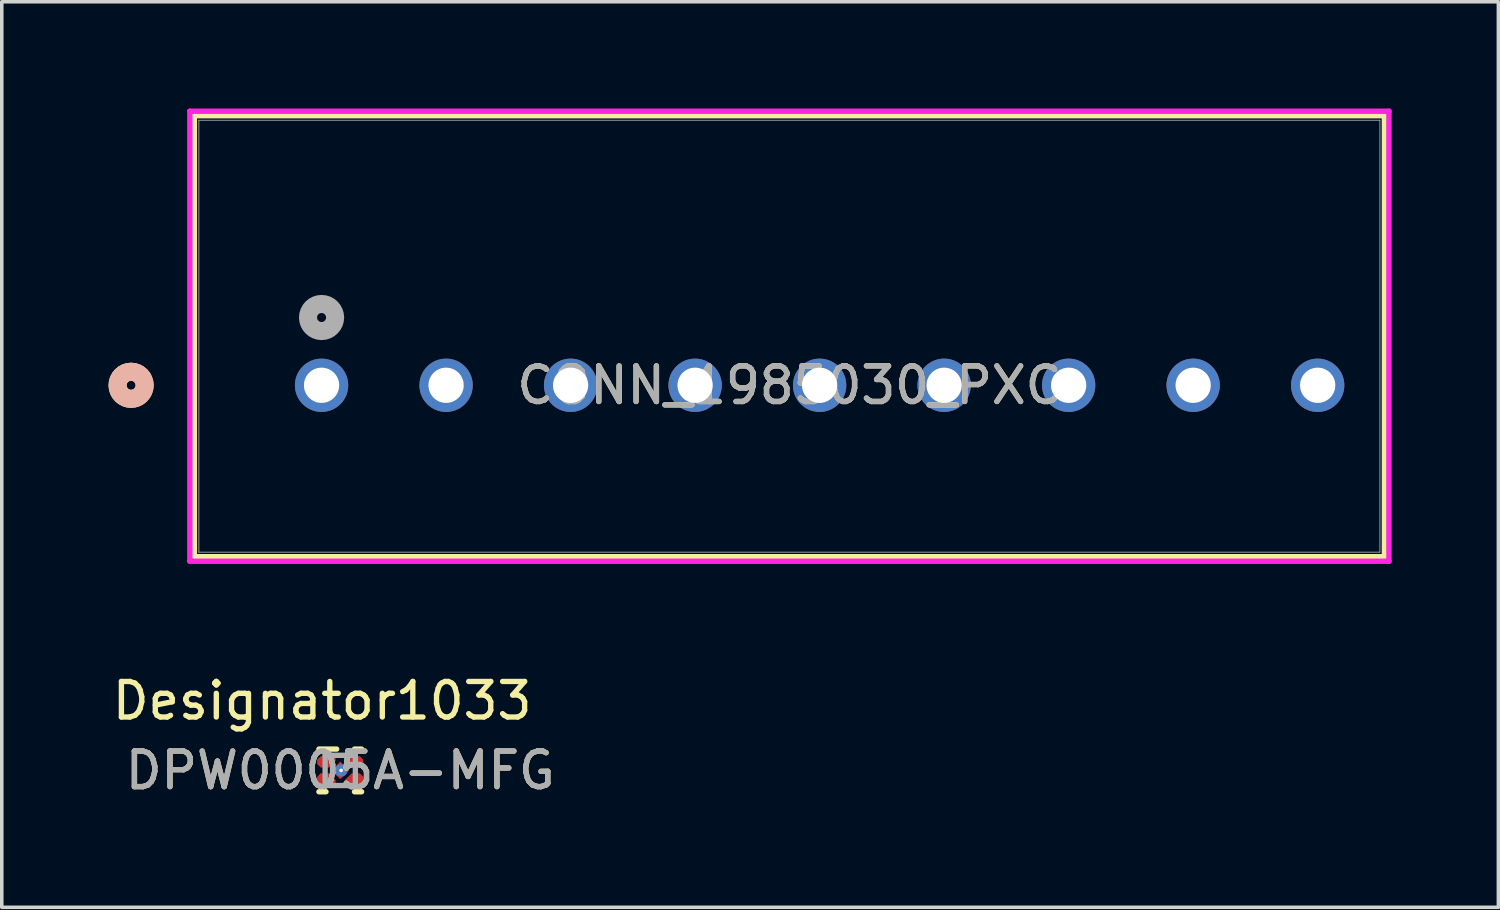
<source format=kicad_pcb>
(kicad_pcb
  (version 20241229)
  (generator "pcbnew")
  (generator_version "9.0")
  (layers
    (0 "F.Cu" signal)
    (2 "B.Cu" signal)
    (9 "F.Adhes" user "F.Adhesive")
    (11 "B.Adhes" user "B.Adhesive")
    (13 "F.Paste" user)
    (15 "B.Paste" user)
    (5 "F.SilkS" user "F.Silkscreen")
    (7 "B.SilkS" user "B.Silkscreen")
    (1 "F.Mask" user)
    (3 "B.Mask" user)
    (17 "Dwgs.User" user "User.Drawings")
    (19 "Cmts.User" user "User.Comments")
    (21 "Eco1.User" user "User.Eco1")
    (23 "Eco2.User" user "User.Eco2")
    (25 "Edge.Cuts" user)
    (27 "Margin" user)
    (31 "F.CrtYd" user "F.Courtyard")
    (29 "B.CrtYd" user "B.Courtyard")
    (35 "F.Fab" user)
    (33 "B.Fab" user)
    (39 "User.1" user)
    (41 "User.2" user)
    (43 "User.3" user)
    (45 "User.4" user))
  (footprint "DPW0005A-MFG"
    (layer "F.Cu")
    (at 6.514 18.606)
    (property "Reference" "DPW0005A-MFG" (at 0 0 0) (unlocked yes) (layer "F.SilkS") (effects (font (size 1 1) (thickness 0.15))))
    (attr smd)
    (fp_poly (pts (xy -0.65 -0.3) (xy -0.55 -0.4) (xy -0.13 -0.4) (xy -0.13 -0.27) (xy -0.32 -0.08) (xy -0.55 -0.08) (xy -0.65 -0.18)) (stroke (width 0) (type solid)) (fill yes) (layer "F.Cu"))
    (fp_poly (pts (xy -0.65 0.3) (xy -0.55 0.4) (xy -0.13 0.4) (xy -0.13 0.27) (xy -0.32 0.08) (xy -0.55 0.08) (xy -0.65 0.18)) (stroke (width 0) (type solid)) (fill yes) (layer "F.Cu"))
    (fp_poly (pts (xy 0.65 -0.3) (xy 0.55 -0.4) (xy 0.13 -0.4) (xy 0.13 -0.27) (xy 0.32 -0.08) (xy 0.55 -0.08) (xy 0.65 -0.18)) (stroke (width 0) (type solid)) (fill yes) (layer "F.Cu"))
    (fp_poly (pts (xy 0.65 0.3) (xy 0.55 0.4) (xy 0.13 0.4) (xy 0.13 0.27) (xy 0.32 0.08) (xy 0.55 0.08) (xy 0.65 0.18)) (stroke (width 0) (type solid)) (fill yes) (layer "F.Cu"))
    (fp_poly (pts (xy -0.6 0.3) (xy -0.55 0.35) (xy -0.18 0.35) (xy -0.18 0.29) (xy -0.34 0.13) (xy -0.55 0.13) (xy -0.6 0.18)) (stroke (width 0) (type solid)) (fill yes) (layer "F.Mask"))
    (fp_poly (pts (xy -0.6 -0.3) (xy -0.55 -0.35) (xy -0.18 -0.35) (xy -0.18 -0.29) (xy -0.34 -0.13) (xy -0.55 -0.13) (xy -0.6 -0.18)) (stroke (width 0) (type solid)) (fill yes) (layer "F.Mask"))
    (fp_poly (pts (xy 0.6 -0.3) (xy 0.55 -0.35) (xy 0.18 -0.35) (xy 0.18 -0.29) (xy 0.34 -0.13) (xy 0.55 -0.13) (xy 0.6 -0.18)) (stroke (width 0) (type solid)) (fill yes) (layer "F.Mask"))
    (fp_poly (pts (xy 0.6 0.3) (xy 0.55 0.35) (xy 0.18 0.35) (xy 0.18 0.29) (xy 0.34 0.13) (xy 0.55 0.13) (xy 0.6 0.18)) (stroke (width 0) (type solid)) (fill yes) (layer "F.Mask"))
    (fp_poly (pts (xy 0.035 -0.142) (xy 0.141 -0.035) (xy 0.141 0.035) (xy 0.035 0.141) (xy -0.035 0.141) (xy -0.141 0.035) (xy -0.141 -0.035) (xy -0.035 -0.141)) (stroke (width 0) (type solid)) (fill yes) (layer "F.Mask"))
    (fp_line (start -0.6 -0.6) (end -0.1 -0.6) (stroke (width 0.15) (type solid)) (layer "F.SilkS"))
    (fp_line (start -0.6 0.6) (end -0.4 0.6) (stroke (width 0.15) (type solid)) (layer "F.SilkS"))
    (fp_line (start 0.4 -0.6) (end 0.6 -0.6) (stroke (width 0.15) (type solid)) (layer "F.SilkS"))
    (fp_line (start 0.4 0.6) (end 0.6 0.6) (stroke (width 0.15) (type solid)) (layer "F.SilkS"))
    (fp_poly (pts (xy -0.6 0.3) (xy -0.55 0.35) (xy -0.18 0.35) (xy -0.18 0.29) (xy -0.34 0.13) (xy -0.55 0.13) (xy -0.6 0.18)) (stroke (width 0) (type solid)) (fill yes) (layer "F.Paste"))
    (fp_poly (pts (xy -0.6 -0.3) (xy -0.55 -0.35) (xy -0.18 -0.35) (xy -0.18 -0.29) (xy -0.34 -0.13) (xy -0.55 -0.13) (xy -0.6 -0.18)) (stroke (width 0) (type solid)) (fill yes) (layer "F.Paste"))
    (fp_poly (pts (xy 0.6 -0.3) (xy 0.55 -0.35) (xy 0.18 -0.35) (xy 0.18 -0.29) (xy 0.34 -0.13) (xy 0.55 -0.13) (xy 0.6 -0.18)) (stroke (width 0) (type solid)) (fill yes) (layer "F.Paste"))
    (fp_poly (pts (xy 0.6 0.3) (xy 0.55 0.35) (xy 0.18 0.35) (xy 0.18 0.29) (xy 0.34 0.13) (xy 0.55 0.13) (xy 0.6 0.18)) (stroke (width 0) (type solid)) (fill yes) (layer "F.Paste"))
    (fp_poly (pts (xy 0.135 0.035) (xy 0.035 0.134) (xy -0.035 0.134) (xy -0.134 0.035) (xy -0.134 -0.035) (xy -0.035 -0.134) (xy 0.035 -0.134) (xy 0.134 -0.035)) (stroke (width 0) (type solid)) (fill yes) (layer "F.Paste"))
    (fp_line (start -0.425 -0.425) (end 0.425 -0.425) (stroke (width 0.15) (type solid)) (layer "F.Fab"))
    (fp_line (start -0.425 0.425) (end -0.425 -0.425) (stroke (width 0.15) (type solid)) (layer "F.Fab"))
    (fp_line (start -0.425 0.425) (end 0.425 0.425) (stroke (width 0.15) (type solid)) (layer "F.Fab"))
    (fp_line (start 0.425 0.425) (end 0.425 -0.425) (stroke (width 0.15) (type solid)) (layer "F.Fab"))
    (fp_text user "Designator1033" (at -0.508 -1.956 0) (unlocked yes) (layer "F.SilkS") (effects (font (size 1 1) (thickness 0.15))))
    (fp_text user "${REFERENCE}" (at 0 0 0) (unlocked yes) (layer "F.Fab") (effects (font (size 1 1) (thickness 0.15))))
    (pad "1" smd circle (at -0.39 -0.24) (size 0.288 0.288) (layers "F.Cu"))
    (pad "2" smd circle (at -0.39 0.24) (size 0.288 0.288) (layers "F.Cu"))
    (pad "3" smd rect (at 0 0 315) (size 0.35 0.35) (layers "F.Cu"))
    (pad "4" smd circle (at 0.39 0.24) (size 0.288 0.288) (layers "F.Cu"))
    (pad "5" smd circle (at 0.39 -0.24) (size 0.288 0.288) (layers "F.Cu"))
    (pad "6" thru_hole circle (at 0.025 0) (size 0.35 0.35) (drill 0.102) (layers "*.Cu" "*.Mask")))
  (footprint "CONN_1985030_PXC"
    (layer "F.Cu")
    (at 5.989 7.78)
    (property "Reference" "CONN_1985030_PXC" (at 13.15 0 0) (unlocked yes) (layer "F.SilkS") (effects (font (size 1 1) (thickness 0.15))))
    (attr through_hole)
    (fp_line (start -3.576 -7.577) (end -3.576 4.818) (stroke (width 0.152) (type solid)) (layer "F.SilkS"))
    (fp_line (start -3.576 4.818) (end 29.876 4.818) (stroke (width 0.152) (type solid)) (layer "F.SilkS"))
    (fp_line (start 29.876 -7.577) (end -3.576 -7.577) (stroke (width 0.152) (type solid)) (layer "F.SilkS"))
    (fp_line (start 29.876 4.818) (end 29.876 -7.577) (stroke (width 0.152) (type solid)) (layer "F.SilkS"))
    (fp_circle (center -5.354 0) (end -4.973 0) (stroke (width 0.508) (type solid)) (fill no) (layer "F.SilkS"))
    (fp_circle (center -5.354 0) (end -4.973 0) (stroke (width 0.508) (type solid)) (fill no) (layer "B.SilkS"))
    (fp_line (start -3.703 -7.704) (end -3.703 4.945) (stroke (width 0.152) (type solid)) (layer "F.CrtYd"))
    (fp_line (start -3.703 4.945) (end 30.003 4.945) (stroke (width 0.152) (type solid)) (layer "F.CrtYd"))
    (fp_line (start 30.003 -7.704) (end -3.703 -7.704) (stroke (width 0.152) (type solid)) (layer "F.CrtYd"))
    (fp_line (start 30.003 4.945) (end 30.003 -7.704) (stroke (width 0.152) (type solid)) (layer "F.CrtYd"))
    (fp_line (start -3.449 -7.45) (end -3.449 4.691) (stroke (width 0.025) (type solid)) (layer "F.Fab"))
    (fp_line (start -3.449 4.691) (end 29.749 4.691) (stroke (width 0.025) (type solid)) (layer "F.Fab"))
    (fp_line (start 29.749 -7.45) (end -3.449 -7.45) (stroke (width 0.025) (type solid)) (layer "F.Fab"))
    (fp_line (start 29.749 4.691) (end 29.749 -7.45) (stroke (width 0.025) (type solid)) (layer "F.Fab"))
    (fp_circle (center 0 -1.905) (end 0.381 -1.905) (stroke (width 0.508) (type solid)) (fill no) (layer "F.Fab"))
    (fp_text user "${REFERENCE}" (at 13.15 0 0) (unlocked yes) (layer "F.Fab") (effects (font (size 1 1) (thickness 0.15))))
    (pad "1" thru_hole circle (at 0 0) (size 1.499 1.499) (drill 0.991) (layers "*.Cu" "*.Mask"))
    (pad "2" thru_hole circle (at 3.5 0) (size 1.499 1.499) (drill 0.991) (layers "*.Cu" "*.Mask"))
    (pad "3" thru_hole circle (at 7 0) (size 1.499 1.499) (drill 0.991) (layers "*.Cu" "*.Mask"))
    (pad "4" thru_hole circle (at 10.5 0) (size 1.499 1.499) (drill 0.991) (layers "*.Cu" "*.Mask"))
    (pad "5" thru_hole circle (at 14 0) (size 1.499 1.499) (drill 0.991) (layers "*.Cu" "*.Mask"))
    (pad "6" thru_hole circle (at 17.5 0) (size 1.499 1.499) (drill 0.991) (layers "*.Cu" "*.Mask"))
    (pad "7" thru_hole circle (at 21 0) (size 1.499 1.499) (drill 0.991) (layers "*.Cu" "*.Mask"))
    (pad "8" thru_hole circle (at 24.5 0) (size 1.499 1.499) (drill 0.991) (layers "*.Cu" "*.Mask"))
    (pad "9" thru_hole circle (at 28 0) (size 1.499 1.499) (drill 0.991) (layers "*.Cu" "*.Mask")))
  (gr_rect
    (start -3 -3)
    (end 39.068 22.454)
    (stroke (width 0.1) (type default))
    (fill no)
    (layer "Edge.Cuts")))
</source>
